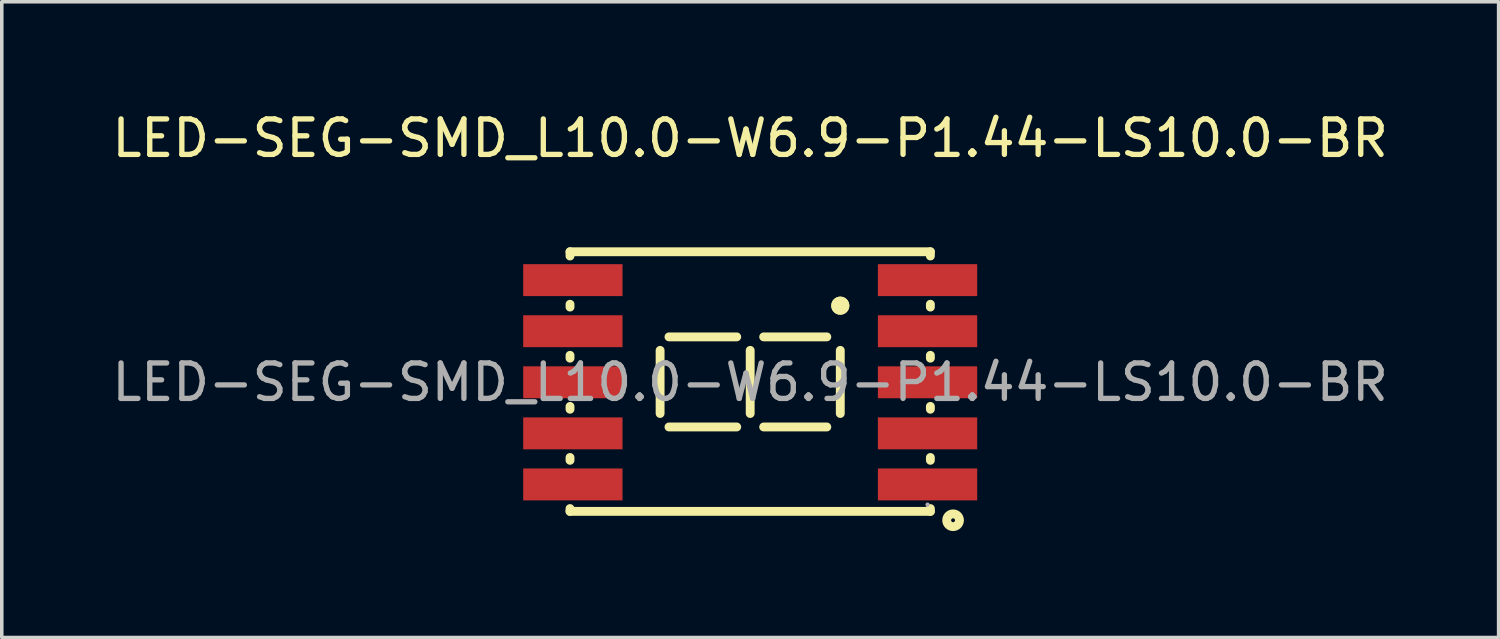
<source format=kicad_pcb>
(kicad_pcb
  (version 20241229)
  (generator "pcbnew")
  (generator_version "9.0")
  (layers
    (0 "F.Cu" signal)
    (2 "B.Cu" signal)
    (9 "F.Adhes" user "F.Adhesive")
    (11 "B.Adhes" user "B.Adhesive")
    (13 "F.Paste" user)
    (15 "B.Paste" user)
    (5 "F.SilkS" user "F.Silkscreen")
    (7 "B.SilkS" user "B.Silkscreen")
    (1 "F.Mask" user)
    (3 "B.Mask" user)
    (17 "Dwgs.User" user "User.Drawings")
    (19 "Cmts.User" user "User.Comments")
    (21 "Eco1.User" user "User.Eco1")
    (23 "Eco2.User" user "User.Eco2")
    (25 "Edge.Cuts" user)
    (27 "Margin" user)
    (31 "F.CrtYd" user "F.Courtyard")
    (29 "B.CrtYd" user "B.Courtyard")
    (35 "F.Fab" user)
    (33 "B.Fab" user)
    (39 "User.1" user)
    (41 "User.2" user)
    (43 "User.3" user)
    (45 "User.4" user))
  (footprint "LED-SEG-SMD_L10.0-W6.9-P1.44-LS10.0-BR"
    (layer "F.Cu")
    (at 18.101 7.728)
    (property "Reference" "LED-SEG-SMD_L10.0-W6.9-P1.44-LS10.0-BR" (at 0 -6.88 0) (layer "F.SilkS") (effects (font (size 1 1) (thickness 0.15))))
    (attr smd)
    (fp_line (start -5.08 -3.68) (end -5.08 -3.56) (stroke (width 0.25) (type solid)) (layer "F.SilkS"))
    (fp_line (start -5.08 -2.2) (end -5.08 -2.12) (stroke (width 0.25) (type solid)) (layer "F.SilkS"))
    (fp_line (start -5.08 -0.76) (end -5.08 -0.68) (stroke (width 0.25) (type solid)) (layer "F.SilkS"))
    (fp_line (start -5.08 0.68) (end -5.08 0.76) (stroke (width 0.25) (type solid)) (layer "F.SilkS"))
    (fp_line (start -5.08 2.12) (end -5.08 2.2) (stroke (width 0.25) (type solid)) (layer "F.SilkS"))
    (fp_line (start -5.08 3.56) (end -5.08 3.64) (stroke (width 0.25) (type solid)) (layer "F.SilkS"))
    (fp_line (start -5.08 3.64) (end 5.08 3.64) (stroke (width 0.25) (type solid)) (layer "F.SilkS"))
    (fp_line (start -2.54 0.88) (end -2.54 -0.9) (stroke (width 0.25) (type solid)) (layer "F.SilkS"))
    (fp_line (start -2.29 -1.28) (end -0.38 -1.28) (stroke (width 0.25) (type solid)) (layer "F.SilkS"))
    (fp_line (start -2.29 1.26) (end -0.38 1.26) (stroke (width 0.25) (type solid)) (layer "F.SilkS"))
    (fp_line (start 0 0.88) (end 0 -0.9) (stroke (width 0.25) (type solid)) (layer "F.SilkS"))
    (fp_line (start 0.38 -1.28) (end 2.16 -1.28) (stroke (width 0.25) (type solid)) (layer "F.SilkS"))
    (fp_line (start 0.38 1.26) (end 2.16 1.26) (stroke (width 0.25) (type solid)) (layer "F.SilkS"))
    (fp_line (start 2.54 0.88) (end 2.54 -0.9) (stroke (width 0.25) (type solid)) (layer "F.SilkS"))
    (fp_line (start 5.08 -3.68) (end -5.08 -3.68) (stroke (width 0.25) (type solid)) (layer "F.SilkS"))
    (fp_line (start 5.08 -3.56) (end 5.08 -3.68) (stroke (width 0.25) (type solid)) (layer "F.SilkS"))
    (fp_line (start 5.08 -2.12) (end 5.08 -2.2) (stroke (width 0.25) (type solid)) (layer "F.SilkS"))
    (fp_line (start 5.08 -0.68) (end 5.08 -0.76) (stroke (width 0.25) (type solid)) (layer "F.SilkS"))
    (fp_line (start 5.08 0.76) (end 5.08 0.68) (stroke (width 0.25) (type solid)) (layer "F.SilkS"))
    (fp_line (start 5.08 2.2) (end 5.08 2.12) (stroke (width 0.25) (type solid)) (layer "F.SilkS"))
    (fp_line (start 5.08 3.64) (end 5.08 3.56) (stroke (width 0.25) (type solid)) (layer "F.SilkS"))
    (fp_circle (center 2.54 -2.16) (end 2.67 -2.16) (stroke (width 0.25) (type solid)) (fill no) (layer "F.SilkS"))
    (fp_circle (center 2.54 -2.16) (end 2.67 -2.16) (stroke (width 0.25) (type solid)) (fill no) (layer "F.SilkS"))
    (fp_circle (center 5.72 3.89) (end 5.9 3.89) (stroke (width 0.25) (type solid)) (fill no) (layer "F.SilkS"))
    (fp_circle (center 5 3.45) (end 5.03 3.45) (stroke (width 0.06) (type solid)) (fill no) (layer "F.Fab"))
    (fp_text user "${REFERENCE}" (at 0 0 0) (layer "F.Fab") (effects (font (size 1 1) (thickness 0.15))))
    (pad "1" smd rect (at 5 2.88 90) (size 0.9 2.8) (layers "F.Cu" "F.Mask" "F.Paste"))
    (pad "2" smd rect (at 5 1.44 90) (size 0.9 2.8) (layers "F.Cu" "F.Mask" "F.Paste"))
    (pad "3" smd rect (at 5 0 90) (size 0.9 2.8) (layers "F.Cu" "F.Mask" "F.Paste"))
    (pad "4" smd rect (at 5 -1.44 90) (size 0.9 2.8) (layers "F.Cu" "F.Mask" "F.Paste"))
    (pad "5" smd rect (at 5 -2.88 90) (size 0.9 2.8) (layers "F.Cu" "F.Mask" "F.Paste"))
    (pad "6" smd rect (at -5 -2.88 90) (size 0.9 2.8) (layers "F.Cu" "F.Mask" "F.Paste"))
    (pad "7" smd rect (at -5 -1.44 90) (size 0.9 2.8) (layers "F.Cu" "F.Mask" "F.Paste"))
    (pad "8" smd rect (at -5 0 90) (size 0.9 2.8) (layers "F.Cu" "F.Mask" "F.Paste"))
    (pad "9" smd rect (at -5 1.44 90) (size 0.9 2.8) (layers "F.Cu" "F.Mask" "F.Paste"))
    (pad "10" smd rect (at -5 2.88 90) (size 0.9 2.8) (layers "F.Cu" "F.Mask" "F.Paste")))
  (gr_rect
    (start -3 -3)
    (end 39.202 14.923)
    (stroke (width 0.1) (type default))
    (fill no)
    (layer "Edge.Cuts")))
</source>
